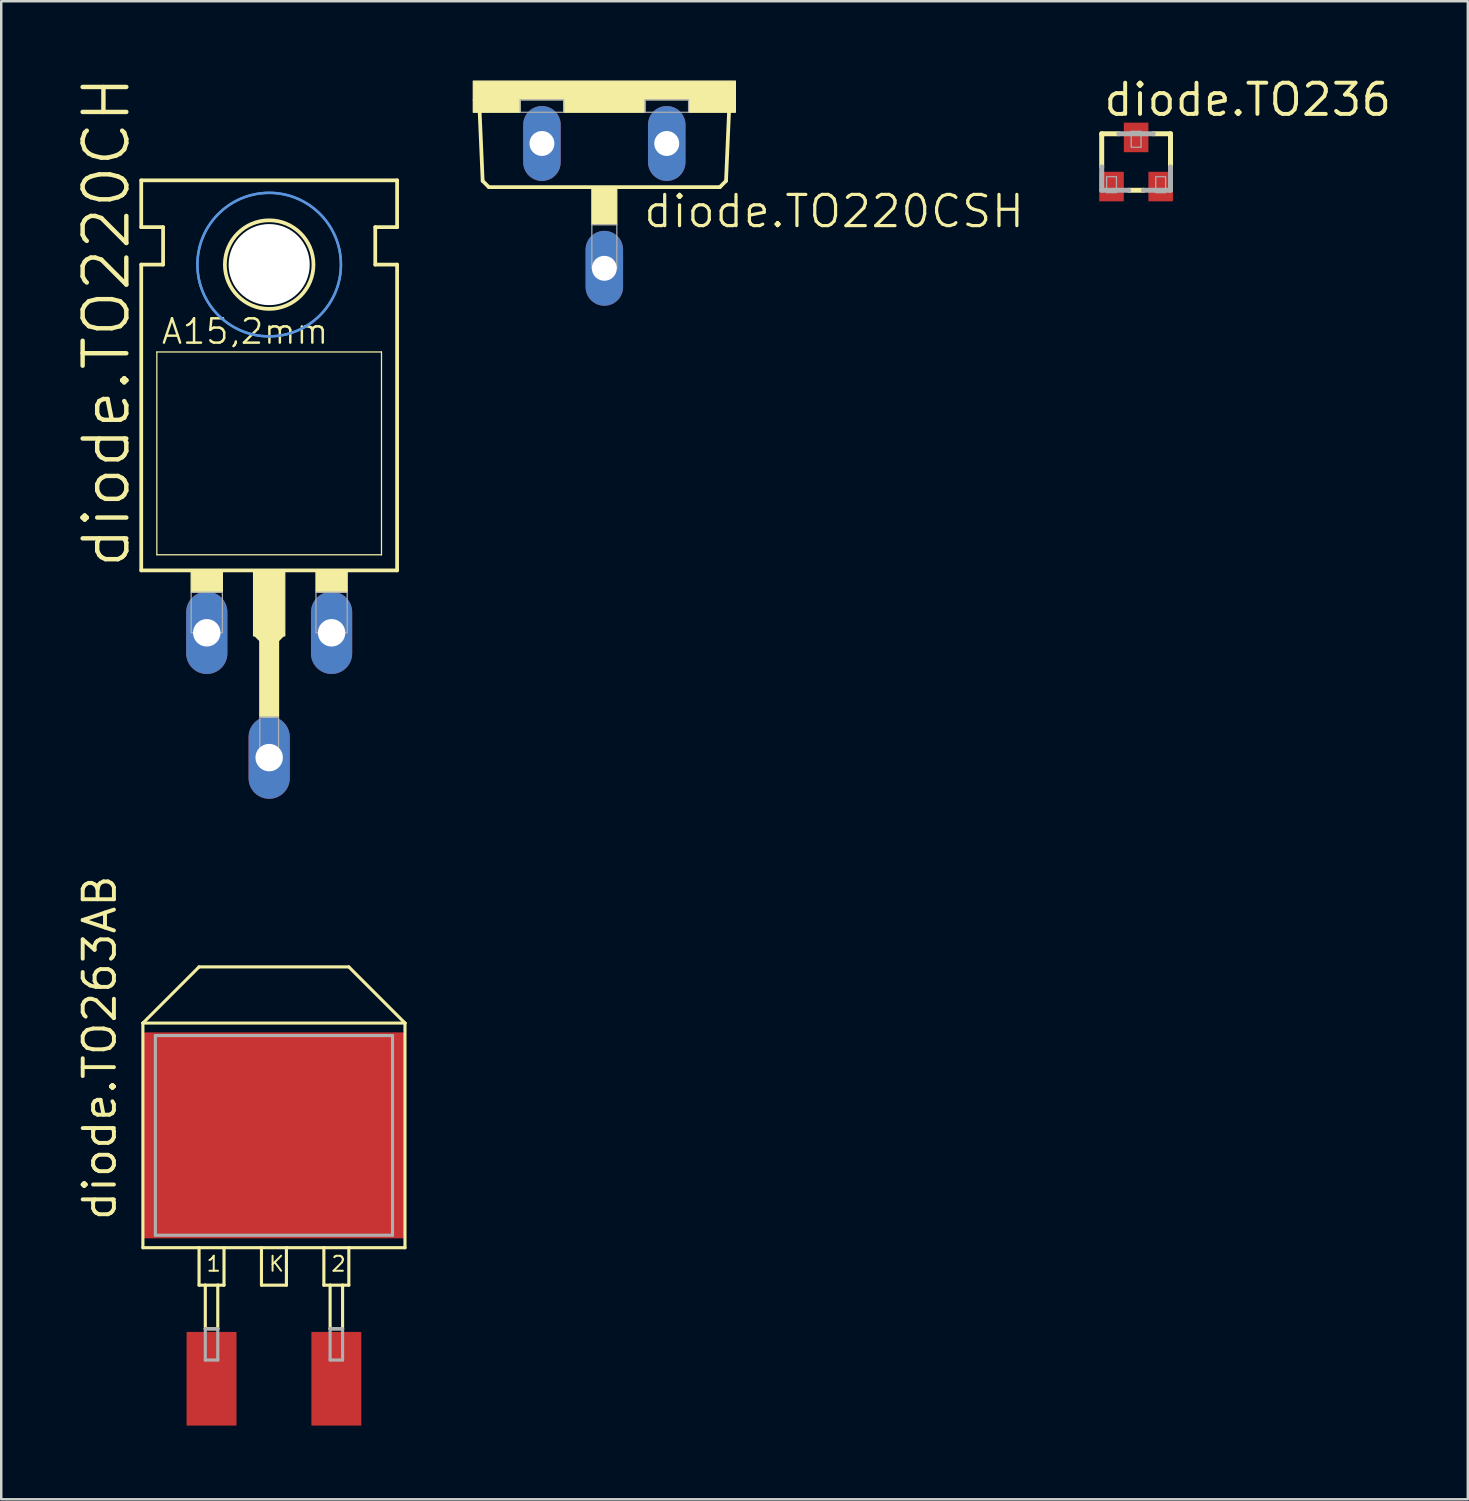
<source format=kicad_pcb>
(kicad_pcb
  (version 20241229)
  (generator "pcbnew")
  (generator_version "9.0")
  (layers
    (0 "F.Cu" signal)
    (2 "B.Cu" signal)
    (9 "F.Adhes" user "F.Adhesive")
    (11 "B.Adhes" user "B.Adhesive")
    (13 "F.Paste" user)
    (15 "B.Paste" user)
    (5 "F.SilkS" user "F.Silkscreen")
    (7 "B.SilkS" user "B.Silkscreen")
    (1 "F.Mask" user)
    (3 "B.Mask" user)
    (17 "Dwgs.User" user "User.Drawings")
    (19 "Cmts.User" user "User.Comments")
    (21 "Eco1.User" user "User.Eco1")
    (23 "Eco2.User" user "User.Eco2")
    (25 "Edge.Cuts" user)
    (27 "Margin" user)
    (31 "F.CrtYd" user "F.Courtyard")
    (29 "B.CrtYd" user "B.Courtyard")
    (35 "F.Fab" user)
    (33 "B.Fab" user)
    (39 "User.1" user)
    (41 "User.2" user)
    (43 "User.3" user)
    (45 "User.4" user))
  (footprint "diode.TO220CSH"
    (layer "F.Cu")
    (at 21.548 0.25)
    (property "Reference" "diode.TO220CSH" (at 1.524 6.045 0) (layer "F.SilkS") (effects (font (size 1.27 1.27) (thickness 0.13)) (justify left bottom)))
    (attr through_hole)
    (fp_line (start -4.953 4.064) (end -5.08 1.143) (stroke (width 0.152) (type default)) (layer "F.SilkS"))
    (fp_line (start -4.953 4.064) (end -4.699 4.318) (stroke (width 0.152) (type default)) (layer "F.SilkS"))
    (fp_line (start 4.699 4.318) (end -4.699 4.318) (stroke (width 0.152) (type default)) (layer "F.SilkS"))
    (fp_line (start 4.699 4.318) (end 4.953 4.064) (stroke (width 0.152) (type default)) (layer "F.SilkS"))
    (fp_line (start 5.08 1.143) (end 4.953 4.064) (stroke (width 0.152) (type default)) (layer "F.SilkS"))
    (fp_rect (start -5.334 0.762) (end 5.334 0) (stroke (width 0.05) (type default)) (fill yes) (layer "F.SilkS"))
    (fp_rect (start -5.334 1.27) (end -3.429 0.762) (stroke (width 0.05) (type default)) (fill yes) (layer "F.SilkS"))
    (fp_rect (start -1.651 1.27) (end 1.651 0.762) (stroke (width 0.05) (type default)) (fill yes) (layer "F.SilkS"))
    (fp_rect (start -0.508 5.842) (end 0.508 4.318) (stroke (width 0.05) (type default)) (fill yes) (layer "F.SilkS"))
    (fp_rect (start 3.429 1.27) (end 5.334 0.762) (stroke (width 0.05) (type default)) (fill yes) (layer "F.SilkS"))
    (fp_rect (start -3.429 1.27) (end -1.651 0.762) (stroke (width 0.05) (type default)) (fill no) (layer "F.Fab"))
    (fp_rect (start -0.508 7.62) (end 0.508 5.842) (stroke (width 0.05) (type default)) (fill no) (layer "F.Fab"))
    (fp_rect (start 1.651 1.27) (end 3.429 0.762) (stroke (width 0.05) (type default)) (fill no) (layer "F.Fab"))
    (pad "A1" thru_hole oval (at -2.54 2.54 90) (size 3.048 1.524) (drill 1.016) (layers "*.Cu" "*.Mask"))
    (pad "A2" thru_hole oval (at 2.54 2.54 90) (size 3.048 1.524) (drill 1.016) (layers "*.Cu" "*.Mask"))
    (pad "C" thru_hole oval (at 0 7.62 90) (size 3.048 1.524) (drill 1.016) (layers "*.Cu" "*.Mask")))
  (footprint "diode.TO220CH"
    (layer "F.Cu")
    (at 7.906 18.896)
    (property "Reference" "diode.TO220CH" (at -5.588 1.27 90) (layer "F.SilkS") (effects (font (size 1.778 1.778) (thickness 0.18)) (justify left bottom)))
    (attr through_hole)
    (fp_line (start -5.207 -12.7) (end -5.207 -14.605) (stroke (width 0.152) (type default)) (layer "F.SilkS"))
    (fp_line (start -5.207 -11.176) (end -4.318 -11.176) (stroke (width 0.152) (type default)) (layer "F.SilkS"))
    (fp_line (start -5.207 1.27) (end -5.207 -11.176) (stroke (width 0.152) (type default)) (layer "F.SilkS"))
    (fp_line (start -5.207 1.27) (end 5.207 1.27) (stroke (width 0.152) (type default)) (layer "F.SilkS"))
    (fp_line (start -4.572 0.635) (end -4.572 -7.62) (stroke (width 0.051) (type default)) (layer "F.SilkS"))
    (fp_line (start -4.572 0.635) (end 4.572 0.635) (stroke (width 0.051) (type default)) (layer "F.SilkS"))
    (fp_line (start -4.318 -12.7) (end -5.207 -12.7) (stroke (width 0.152) (type default)) (layer "F.SilkS"))
    (fp_line (start -4.318 -11.176) (end -4.318 -12.7) (stroke (width 0.152) (type default)) (layer "F.SilkS"))
    (fp_line (start -0.381 3.81) (end -0.254 3.937) (stroke (width 0.508) (type default)) (layer "F.SilkS"))
    (fp_line (start 0.381 3.81) (end 0.254 3.937) (stroke (width 0.508) (type default)) (layer "F.SilkS"))
    (fp_line (start 4.318 -12.7) (end 5.207 -12.7) (stroke (width 0.152) (type default)) (layer "F.SilkS"))
    (fp_line (start 4.318 -11.176) (end 4.318 -12.7) (stroke (width 0.152) (type default)) (layer "F.SilkS"))
    (fp_line (start 4.572 -7.62) (end -4.572 -7.62) (stroke (width 0.051) (type default)) (layer "F.SilkS"))
    (fp_line (start 4.572 -7.62) (end 4.572 0.635) (stroke (width 0.051) (type default)) (layer "F.SilkS"))
    (fp_line (start 5.207 -14.605) (end -5.207 -14.605) (stroke (width 0.152) (type default)) (layer "F.SilkS"))
    (fp_line (start 5.207 -12.7) (end 5.207 -14.605) (stroke (width 0.152) (type default)) (layer "F.SilkS"))
    (fp_line (start 5.207 -11.176) (end 4.318 -11.176) (stroke (width 0.152) (type default)) (layer "F.SilkS"))
    (fp_line (start 5.207 1.27) (end 5.207 -11.176) (stroke (width 0.152) (type default)) (layer "F.SilkS"))
    (fp_rect (start -3.175 2.159) (end -1.905 1.27) (stroke (width 0.05) (type default)) (fill yes) (layer "F.SilkS"))
    (fp_rect (start -0.635 3.937) (end 0.635 1.27) (stroke (width 0.05) (type default)) (fill yes) (layer "F.SilkS"))
    (fp_rect (start -0.381 7.239) (end 0.381 3.937) (stroke (width 0.05) (type default)) (fill yes) (layer "F.SilkS"))
    (fp_rect (start 1.905 2.159) (end 3.175 1.27) (stroke (width 0.05) (type default)) (fill yes) (layer "F.SilkS"))
    (fp_circle (center 0 -11.176) (end 1.803 -11.176) (stroke (width 0.152) (type default)) (fill no) (layer "F.SilkS"))
    (fp_circle (center 0 -11.176) (end 2.921 -11.176) (stroke (width 0.1) (type default)) (fill no) (layer "Cmts.User"))
    (fp_circle (center 0 -11.176) (end 2.921 -11.176) (stroke (width 0.1) (type default)) (fill no) (layer "Cmts.User"))
    (fp_rect (start -3.175 3.81) (end -1.905 2.159) (stroke (width 0.05) (type default)) (fill no) (layer "F.Fab"))
    (fp_rect (start -0.381 8.89) (end 0.381 7.239) (stroke (width 0.05) (type default)) (fill no) (layer "F.Fab"))
    (fp_rect (start 1.905 3.81) (end 3.175 2.159) (stroke (width 0.05) (type default)) (fill no) (layer "F.Fab"))
    (fp_text user "A15,2mm" (at -4.445 -7.874 0) (layer "F.SilkS") (effects (font (size 0.991 0.991) (thickness 0.1)) (justify left bottom)))
    (pad "" np_thru_hole circle (at 0 -11.176) (size 3.302 3.302) (drill 3.302) (layers "*.Cu" "*.Mask"))
    (pad "A1" thru_hole oval (at -2.54 3.81 90) (size 3.353 1.676) (drill 1.118) (layers "*.Cu" "*.Mask"))
    (pad "A2" thru_hole oval (at 2.54 3.81 90) (size 3.353 1.676) (drill 1.118) (layers "*.Cu" "*.Mask"))
    (pad "C" thru_hole oval (at 0 8.89 90) (size 3.353 1.676) (drill 1.118) (layers "*.Cu" "*.Mask")))
  (footprint "diode.TO236"
    (layer "F.Cu")
    (at 43.192 3.544)
    (property "Reference" "diode.TO236" (at -1.397 -1.794 0) (layer "F.SilkS") (effects (font (size 1.27 1.27) (thickness 0.16)) (justify left bottom)))
    (attr smd)
    (fp_line (start -1.4 -1.15) (end -1.4 0.2) (stroke (width 0.203) (type default)) (layer "F.SilkS"))
    (fp_line (start -1.4 -1.15) (end -0.7 -1.15) (stroke (width 0.203) (type default)) (layer "F.SilkS"))
    (fp_line (start -0.3 1.15) (end 0.3 1.15) (stroke (width 0.203) (type default)) (layer "F.SilkS"))
    (fp_line (start 1.4 -1.15) (end 0.7 -1.15) (stroke (width 0.203) (type default)) (layer "F.SilkS"))
    (fp_line (start 1.4 0.2) (end 1.4 -1.15) (stroke (width 0.203) (type default)) (layer "F.SilkS"))
    (fp_line (start -1.4 0.2) (end -1.4 1.15) (stroke (width 0.203) (type default)) (layer "F.Fab"))
    (fp_line (start -1.4 1.15) (end -0.3 1.15) (stroke (width 0.203) (type default)) (layer "F.Fab"))
    (fp_line (start -0.7 -1.15) (end 0.7 -1.15) (stroke (width 0.203) (type default)) (layer "F.Fab"))
    (fp_line (start 0.3 1.15) (end 1.4 1.15) (stroke (width 0.203) (type default)) (layer "F.Fab"))
    (fp_line (start 1.4 1.15) (end 1.4 0.2) (stroke (width 0.203) (type default)) (layer "F.Fab"))
    (fp_rect (start -1.2 1.25) (end -0.8 0.6) (stroke (width 0.05) (type default)) (fill no) (layer "F.Fab"))
    (fp_rect (start -0.2 -0.6) (end 0.2 -1.25) (stroke (width 0.05) (type default)) (fill no) (layer "F.Fab"))
    (fp_rect (start 0.8 1.25) (end 1.2 0.6) (stroke (width 0.05) (type default)) (fill no) (layer "F.Fab"))
    (pad "A" smd roundrect (at -1 1) (size 1 1.2) (layers "F.Cu" "F.Mask" "F.Paste") (roundrect_rratio 0.01))
    (pad "C" smd roundrect (at 0 -1) (size 1 1.2) (layers "F.Cu" "F.Mask" "F.Paste") (roundrect_rratio 0.01))
    (pad "NC" smd roundrect (at 1 1) (size 1 1.2) (layers "F.Cu" "F.Mask" "F.Paste") (roundrect_rratio 0.01)))
  (footprint "diode.TO263AB"
    (layer "F.Cu")
    (at 8.1 53.069)
    (property "Reference" "diode.TO263AB" (at -6.35 -6.35 90) (layer "F.SilkS") (effects (font (size 1.27 1.27) (thickness 0.16)) (justify left bottom)))
    (attr smd)
    (fp_line (start -5.334 -14.478) (end -3.048 -16.764) (stroke (width 0.127) (type default)) (layer "F.SilkS"))
    (fp_line (start -5.334 -14.478) (end 5.334 -14.478) (stroke (width 0.127) (type default)) (layer "F.SilkS"))
    (fp_line (start -5.334 -5.334) (end -5.334 -14.478) (stroke (width 0.127) (type default)) (layer "F.SilkS"))
    (fp_line (start -5.334 -5.334) (end -3.048 -5.334) (stroke (width 0.127) (type default)) (layer "F.SilkS"))
    (fp_line (start -3.048 -16.764) (end 3.048 -16.764) (stroke (width 0.127) (type default)) (layer "F.SilkS"))
    (fp_line (start -3.048 -5.334) (end -2.032 -5.334) (stroke (width 0.127) (type default)) (layer "F.SilkS"))
    (fp_line (start -3.048 -3.81) (end -3.048 -5.334) (stroke (width 0.127) (type default)) (layer "F.SilkS"))
    (fp_line (start -3.048 -3.81) (end -2.794 -3.81) (stroke (width 0.127) (type default)) (layer "F.SilkS"))
    (fp_line (start -2.794 -3.81) (end -2.794 -2.032) (stroke (width 0.127) (type default)) (layer "F.SilkS"))
    (fp_line (start -2.794 -3.81) (end -2.286 -3.81) (stroke (width 0.127) (type default)) (layer "F.SilkS"))
    (fp_line (start -2.794 -2.032) (end -2.286 -2.032) (stroke (width 0.127) (type default)) (layer "F.SilkS"))
    (fp_line (start -2.286 -3.81) (end -2.032 -3.81) (stroke (width 0.127) (type default)) (layer "F.SilkS"))
    (fp_line (start -2.286 -2.032) (end -2.286 -3.81) (stroke (width 0.127) (type default)) (layer "F.SilkS"))
    (fp_line (start -2.032 -5.334) (end -0.508 -5.334) (stroke (width 0.127) (type default)) (layer "F.SilkS"))
    (fp_line (start -2.032 -3.81) (end -2.032 -5.334) (stroke (width 0.127) (type default)) (layer "F.SilkS"))
    (fp_line (start -0.508 -5.334) (end 0.508 -5.334) (stroke (width 0.127) (type default)) (layer "F.SilkS"))
    (fp_line (start -0.508 -3.81) (end -0.508 -5.334) (stroke (width 0.127) (type default)) (layer "F.SilkS"))
    (fp_line (start -0.508 -3.81) (end 0.508 -3.81) (stroke (width 0.127) (type default)) (layer "F.SilkS"))
    (fp_line (start 0.508 -5.334) (end 2.032 -5.334) (stroke (width 0.127) (type default)) (layer "F.SilkS"))
    (fp_line (start 0.508 -3.81) (end 0.508 -5.334) (stroke (width 0.127) (type default)) (layer "F.SilkS"))
    (fp_line (start 2.032 -5.334) (end 3.048 -5.334) (stroke (width 0.127) (type default)) (layer "F.SilkS"))
    (fp_line (start 2.032 -3.81) (end 2.032 -5.334) (stroke (width 0.127) (type default)) (layer "F.SilkS"))
    (fp_line (start 2.032 -3.81) (end 2.286 -3.81) (stroke (width 0.127) (type default)) (layer "F.SilkS"))
    (fp_line (start 2.286 -3.81) (end 2.286 -2.032) (stroke (width 0.127) (type default)) (layer "F.SilkS"))
    (fp_line (start 2.286 -3.81) (end 2.794 -3.81) (stroke (width 0.127) (type default)) (layer "F.SilkS"))
    (fp_line (start 2.286 -2.032) (end 2.794 -2.032) (stroke (width 0.127) (type default)) (layer "F.SilkS"))
    (fp_line (start 2.794 -3.81) (end 3.048 -3.81) (stroke (width 0.127) (type default)) (layer "F.SilkS"))
    (fp_line (start 2.794 -2.032) (end 2.794 -3.81) (stroke (width 0.127) (type default)) (layer "F.SilkS"))
    (fp_line (start 3.048 -5.334) (end 5.334 -5.334) (stroke (width 0.127) (type default)) (layer "F.SilkS"))
    (fp_line (start 3.048 -3.81) (end 3.048 -5.334) (stroke (width 0.127) (type default)) (layer "F.SilkS"))
    (fp_line (start 5.334 -14.478) (end 3.048 -16.764) (stroke (width 0.127) (type default)) (layer "F.SilkS"))
    (fp_line (start 5.334 -5.334) (end 5.334 -14.478) (stroke (width 0.127) (type default)) (layer "F.SilkS"))
    (fp_line (start -4.826 -13.97) (end 4.826 -13.97) (stroke (width 0.127) (type default)) (layer "F.Fab"))
    (fp_line (start -4.826 -5.842) (end -4.826 -13.97) (stroke (width 0.127) (type default)) (layer "F.Fab"))
    (fp_line (start -2.794 -2.032) (end -2.794 -0.762) (stroke (width 0.127) (type default)) (layer "F.Fab"))
    (fp_line (start -2.794 -2.032) (end -2.286 -2.032) (stroke (width 0.127) (type default)) (layer "F.Fab"))
    (fp_line (start -2.794 -0.762) (end -2.286 -0.762) (stroke (width 0.127) (type default)) (layer "F.Fab"))
    (fp_line (start -2.286 -0.762) (end -2.286 -2.032) (stroke (width 0.127) (type default)) (layer "F.Fab"))
    (fp_line (start 2.286 -2.032) (end 2.286 -0.762) (stroke (width 0.127) (type default)) (layer "F.Fab"))
    (fp_line (start 2.286 -0.762) (end 2.794 -0.762) (stroke (width 0.127) (type default)) (layer "F.Fab"))
    (fp_line (start 2.794 -2.032) (end 2.286 -2.032) (stroke (width 0.127) (type default)) (layer "F.Fab"))
    (fp_line (start 2.794 -0.762) (end 2.794 -2.032) (stroke (width 0.127) (type default)) (layer "F.Fab"))
    (fp_line (start 4.826 -13.97) (end 4.826 -5.842) (stroke (width 0.127) (type default)) (layer "F.Fab"))
    (fp_line (start 4.826 -5.842) (end -4.826 -5.842) (stroke (width 0.127) (type default)) (layer "F.Fab"))
    (fp_text user "2" (at 2.286 -4.318 0) (layer "F.SilkS") (effects (font (size 0.61 0.61) (thickness 0.08)) (justify left bottom)))
    (fp_text user "K" (at -0.254 -4.318 0) (layer "F.SilkS") (effects (font (size 0.61 0.61) (thickness 0.08)) (justify left bottom)))
    (fp_text user "1" (at -2.794 -4.318 0) (layer "F.SilkS") (effects (font (size 0.61 0.61) (thickness 0.08)) (justify left bottom)))
    (pad "1" smd roundrect (at -2.54 0) (size 2.032 3.81) (layers "F.Cu" "F.Mask" "F.Paste") (roundrect_rratio 0.01))
    (pad "2" smd roundrect (at 2.54 0) (size 2.032 3.81) (layers "F.Cu" "F.Mask" "F.Paste") (roundrect_rratio 0.01))
    (pad "K" smd roundrect (at 0 -9.906) (size 10.668 8.382) (layers "F.Cu" "F.Mask" "F.Paste") (roundrect_rratio 0.01)))
  (gr_rect
    (start -3 -3)
    (end 56.693 57.974)
    (stroke (width 0.1) (type default))
    (fill no)
    (layer "Edge.Cuts")))
</source>
